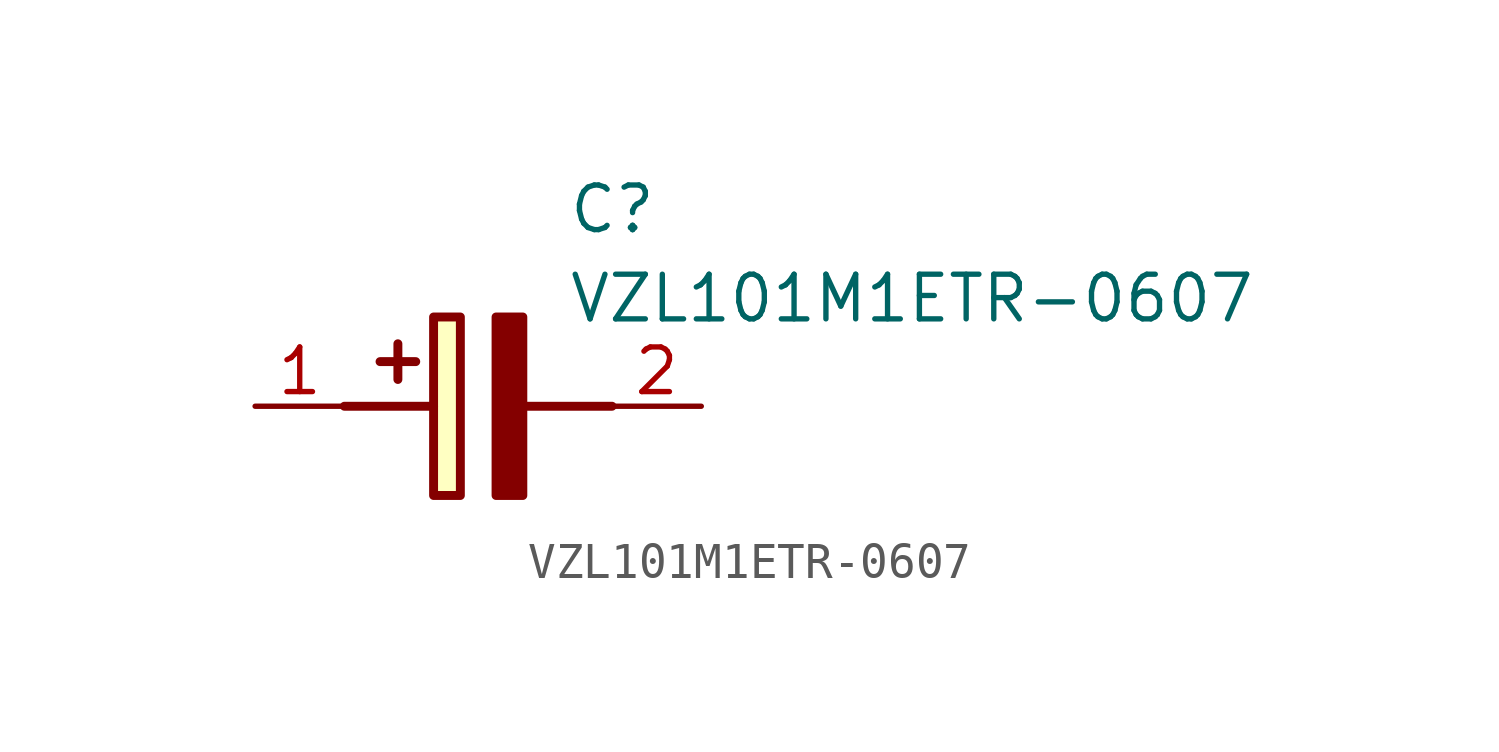
<source format=kicad_sym>
(kicad_symbol_lib
  (version 20211014)
  (generator SamacSys_ECAD_Model)
  (symbol "VZL101M1ETR-0607"
    (pin_names hide)
    (property "Reference" "C"
      (at 8.89 6.35 0)
      (effects (font (size 1.27 1.27)) (justify left top)))
    (property "Value" "VZL101M1ETR-0607"
      (at 8.89 3.81 0)
      (effects (font (size 1.27 1.27)) (justify left top)))
    (rectangle
      (start 5.08 2.54)
      (end 5.842 -2.54)
      (stroke (width 0.254) (type default))
      (fill (type background)))
    (polyline
      (pts (xy 4.572 1.27) (xy 3.556 1.27))
      (stroke (width 0.254) (type default))
      (fill (type none)))
    (polyline
      (pts (xy 4.064 1.778) (xy 4.064 0.762))
      (stroke (width 0.254) (type default))
      (fill (type none)))
    (polyline
      (pts (xy 2.54 0) (xy 5.08 0))
      (stroke (width 0.254) (type default))
      (fill (type none)))
    (polyline
      (pts (xy 7.62 0) (xy 10.16 0))
      (stroke (width 0.254) (type default))
      (fill (type none)))
    (polyline
      (pts (xy 7.62 2.54) (xy 7.62 -2.54) (xy 6.858 -2.54) (xy 6.858 2.54) (xy 7.62 2.54))
      (stroke (width 0.254) (type default))
      (fill (type outline)))
    (pin passive line
      (at 0 0 0)
      (length 2.54)
      (name "+" (effects (font (size 1.27 1.27))))
      (number "1" (effects (font (size 1.27 1.27)))))
    (pin passive line
      (at 12.7 0 180)
      (length 2.54)
      (name "-" (effects (font (size 1.27 1.27))))
      (number "2" (effects (font (size 1.27 1.27)))))))
</source>
